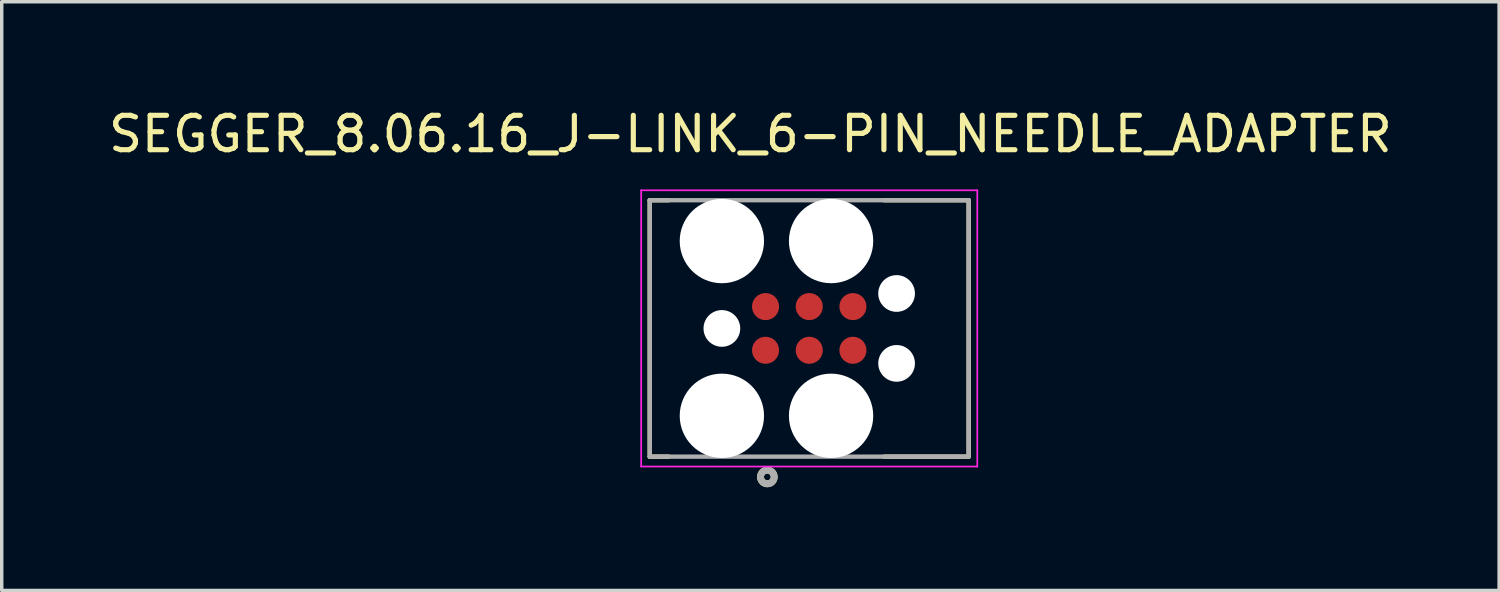
<source format=kicad_pcb>
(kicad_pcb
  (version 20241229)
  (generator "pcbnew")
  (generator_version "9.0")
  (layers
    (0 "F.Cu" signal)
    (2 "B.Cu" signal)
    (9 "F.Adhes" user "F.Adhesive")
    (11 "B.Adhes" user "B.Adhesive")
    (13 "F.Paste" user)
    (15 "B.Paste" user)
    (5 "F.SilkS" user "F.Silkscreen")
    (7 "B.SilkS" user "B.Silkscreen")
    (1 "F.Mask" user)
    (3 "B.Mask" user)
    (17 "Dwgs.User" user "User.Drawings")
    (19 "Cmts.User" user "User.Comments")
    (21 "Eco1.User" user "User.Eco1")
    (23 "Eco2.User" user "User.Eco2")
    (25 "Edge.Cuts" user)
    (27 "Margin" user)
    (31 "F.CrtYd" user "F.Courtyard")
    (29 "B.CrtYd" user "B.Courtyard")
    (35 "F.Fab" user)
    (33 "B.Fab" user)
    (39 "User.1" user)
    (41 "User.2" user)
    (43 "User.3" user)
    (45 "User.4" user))
  (footprint "SEGGER_8.06.16_J-LINK_6-PIN_NEEDLE_ADAPTER"
    (layer "F.Cu")
    (at 20.478 6.499)
    (property "Reference" "SEGGER_8.06.16_J-LINK_6-PIN_NEEDLE_ADAPTER" (at -1.71 -5.651 0) (layer "F.SilkS") (effects (font (size 1 1) (thickness 0.15))))
    (attr through_hole)
    (fp_line (start -4.636 -3.727) (end -4.085 -3.727) (stroke (width 0.127) (type solid)) (layer "F.SilkS"))
    (fp_line (start -4.636 3.727) (end -4.636 -3.727) (stroke (width 0.127) (type solid)) (layer "F.SilkS"))
    (fp_line (start -4.085 3.727) (end -4.636 3.727) (stroke (width 0.127) (type solid)) (layer "F.SilkS"))
    (fp_line (start 2.18 -3.727) (end 4.636 -3.727) (stroke (width 0.127) (type solid)) (layer "F.SilkS"))
    (fp_line (start 4.636 -3.727) (end 4.636 3.727) (stroke (width 0.127) (type solid)) (layer "F.SilkS"))
    (fp_line (start 4.636 3.727) (end 2.18 3.727) (stroke (width 0.127) (type solid)) (layer "F.SilkS"))
    (fp_circle (center -1.218 4.318) (end -1.119 4.318) (stroke (width 0.2) (type solid)) (fill no) (layer "F.SilkS"))
    (fp_line (start -4.886 -4.016) (end -4.886 4.016) (stroke (width 0.05) (type solid)) (layer "F.CrtYd"))
    (fp_line (start -4.886 4.016) (end 4.886 4.016) (stroke (width 0.05) (type solid)) (layer "F.CrtYd"))
    (fp_line (start 4.886 -4.016) (end -4.886 -4.016) (stroke (width 0.05) (type solid)) (layer "F.CrtYd"))
    (fp_line (start 4.886 4.016) (end 4.886 -4.016) (stroke (width 0.05) (type solid)) (layer "F.CrtYd"))
    (fp_line (start -4.636 -3.727) (end 4.636 -3.727) (stroke (width 0.127) (type solid)) (layer "F.Fab"))
    (fp_line (start -4.636 3.727) (end -4.636 -3.727) (stroke (width 0.127) (type solid)) (layer "F.Fab"))
    (fp_line (start 4.636 -3.727) (end 4.636 3.727) (stroke (width 0.127) (type solid)) (layer "F.Fab"))
    (fp_line (start 4.636 3.727) (end -4.636 3.727) (stroke (width 0.127) (type solid)) (layer "F.Fab"))
    (fp_circle (center -1.218 4.318) (end -1.119 4.318) (stroke (width 0.2) (type solid)) (fill no) (layer "F.Fab"))
    (pad "" np_thru_hole circle (at -2.54 -2.54) (size 2.451 2.451) (drill 2.451) (layers "*.Cu" "*.Mask"))
    (pad "" np_thru_hole circle (at -2.54 0) (size 1.067 1.067) (drill 1.067) (layers "*.Cu" "*.Mask"))
    (pad "" np_thru_hole circle (at -2.54 2.54) (size 2.451 2.451) (drill 2.451) (layers "*.Cu" "*.Mask"))
    (pad "" np_thru_hole circle (at 0.635 -2.54) (size 2.451 2.451) (drill 2.451) (layers "*.Cu" "*.Mask"))
    (pad "" np_thru_hole circle (at 0.635 2.54) (size 2.451 2.451) (drill 2.451) (layers "*.Cu" "*.Mask"))
    (pad "" np_thru_hole circle (at 2.54 -1.016) (size 1.067 1.067) (drill 1.067) (layers "*.Cu" "*.Mask"))
    (pad "" np_thru_hole circle (at 2.54 1.016) (size 1.067 1.067) (drill 1.067) (layers "*.Cu" "*.Mask"))
    (pad "1" smd circle (at -1.27 0.635) (size 0.787 0.787) (layers "F.Cu" "F.Mask"))
    (pad "2" smd circle (at -1.27 -0.635) (size 0.787 0.787) (layers "F.Cu" "F.Mask"))
    (pad "3" smd circle (at 0 0.635) (size 0.787 0.787) (layers "F.Cu" "F.Mask"))
    (pad "4" smd circle (at 0 -0.635) (size 0.787 0.787) (layers "F.Cu" "F.Mask"))
    (pad "5" smd circle (at 1.27 0.635) (size 0.787 0.787) (layers "F.Cu" "F.Mask"))
    (pad "6" smd circle (at 1.27 -0.635) (size 0.787 0.787) (layers "F.Cu" "F.Mask"))
    (zone (net_name "") (layer "F.Cu") (hatch full 0.508) (connect_pads) (min_thickness 0.01) (filled_areas_thickness no) (keepout (tracks not_allowed) (vias not_allowed) (pads not_allowed) (copperpour not_allowed) (footprints allowed)) (placement (enabled no)) (fill) (polygon (pts (xy 19.602 7.134) (xy 19.601 7.113) (xy 19.599 7.093) (xy 19.597 7.072) (xy 19.593 7.052) (xy 19.588 7.032) (xy 19.582 7.012) (xy 19.575 6.993) (xy 19.567 6.974) (xy 19.559 6.955) (xy 19.549 6.937) (xy 19.538 6.92) (xy 19.526 6.903) (xy 19.514 6.886) (xy 19.5 6.871) (xy 19.486 6.856) (xy 19.471 6.842) (xy 19.456 6.828) (xy 19.439 6.816) (xy 19.422 6.804) (xy 19.405 6.793) (xy 19.387 6.783) (xy 19.368 6.775) (xy 19.349 6.767) (xy 19.33 6.76) (xy 19.31 6.754) (xy 19.29 6.749) (xy 19.27 6.745) (xy 19.249 6.743) (xy 19.229 6.741) (xy 19.208 6.74) (xy 19.208 6.258) (xy 19.229 6.257) (xy 19.249 6.255) (xy 19.27 6.253) (xy 19.29 6.249) (xy 19.31 6.244) (xy 19.33 6.238) (xy 19.349 6.231) (xy 19.368 6.223) (xy 19.387 6.215) (xy 19.405 6.205) (xy 19.422 6.194) (xy 19.439 6.182) (xy 19.456 6.17) (xy 19.471 6.156) (xy 19.486 6.142) (xy 19.5 6.127) (xy 19.514 6.112) (xy 19.526 6.095) (xy 19.538 6.078) (xy 19.549 6.061) (xy 19.559 6.043) (xy 19.567 6.024) (xy 19.575 6.005) (xy 19.582 5.986) (xy 19.588 5.966) (xy 19.593 5.946) (xy 19.597 5.926) (xy 19.599 5.905) (xy 19.601 5.885) (xy 19.602 5.864) (xy 20.084 5.864) (xy 20.087 5.905) (xy 20.093 5.946) (xy 20.104 5.986) (xy 20.119 6.024) (xy 20.137 6.061) (xy 20.16 6.095) (xy 20.186 6.127) (xy 20.215 6.156) (xy 20.247 6.182) (xy 20.281 6.205) (xy 20.318 6.223) (xy 20.356 6.238) (xy 20.396 6.249) (xy 20.437 6.255) (xy 20.478 6.258) (xy 20.519 6.255) (xy 20.56 6.249) (xy 20.6 6.238) (xy 20.638 6.223) (xy 20.675 6.205) (xy 20.709 6.182) (xy 20.741 6.156) (xy 20.77 6.127) (xy 20.796 6.095) (xy 20.819 6.061) (xy 20.837 6.024) (xy 20.852 5.986) (xy 20.863 5.946) (xy 20.869 5.905) (xy 20.872 5.864) (xy 21.354 5.864) (xy 21.355 5.885) (xy 21.357 5.905) (xy 21.359 5.926) (xy 21.363 5.946) (xy 21.368 5.966) (xy 21.374 5.986) (xy 21.381 6.005) (xy 21.389 6.024) (xy 21.397 6.043) (xy 21.407 6.061) (xy 21.418 6.078) (xy 21.43 6.095) (xy 21.442 6.112) (xy 21.456 6.127) (xy 21.47 6.142) (xy 21.485 6.156) (xy 21.5 6.17) (xy 21.517 6.182) (xy 21.534 6.194) (xy 21.551 6.205) (xy 21.569 6.215) (xy 21.588 6.223) (xy 21.607 6.231) (xy 21.626 6.238) (xy 21.646 6.244) (xy 21.666 6.249) (xy 21.686 6.253) (xy 21.707 6.255) (xy 21.727 6.257) (xy 21.748 6.258) (xy 21.748 6.74) (xy 21.727 6.741) (xy 21.707 6.743) (xy 21.686 6.745) (xy 21.666 6.749) (xy 21.646 6.754) (xy 21.626 6.76) (xy 21.607 6.767) (xy 21.588 6.775) (xy 21.569 6.783) (xy 21.551 6.793) (xy 21.534 6.804) (xy 21.517 6.816) (xy 21.5 6.828) (xy 21.485 6.842) (xy 21.47 6.856) (xy 21.456 6.871) (xy 21.442 6.886) (xy 21.43 6.903) (xy 21.418 6.92) (xy 21.407 6.937) (xy 21.397 6.955) (xy 21.389 6.974) (xy 21.381 6.993) (xy 21.374 7.012) (xy 21.368 7.032) (xy 21.363 7.052) (xy 21.359 7.072) (xy 21.357 7.093) (xy 21.355 7.113) (xy 21.354 7.134) (xy 20.872 7.134) (xy 20.869 7.093) (xy 20.863 7.052) (xy 20.852 7.012) (xy 20.837 6.974) (xy 20.819 6.937) (xy 20.796 6.903) (xy 20.77 6.871) (xy 20.741 6.842) (xy 20.709 6.816) (xy 20.675 6.793) (xy 20.638 6.775) (xy 20.6 6.76) (xy 20.56 6.749) (xy 20.519 6.743) (xy 20.478 6.74) (xy 20.437 6.743) (xy 20.396 6.749) (xy 20.356 6.76) (xy 20.318 6.775) (xy 20.281 6.793) (xy 20.247 6.816) (xy 20.215 6.842) (xy 20.186 6.871) (xy 20.16 6.903) (xy 20.137 6.937) (xy 20.119 6.974) (xy 20.104 7.012) (xy 20.093 7.052) (xy 20.087 7.093) (xy 20.084 7.134) (xy 19.602 7.134))))
    (zone (net_name "") (layers "F.Cu" "B.Cu") (hatch full 0.508) (connect_pads) (min_thickness 0.01) (filled_areas_thickness no) (keepout (tracks allowed) (vias not_allowed) (pads allowed) (copperpour allowed) (footprints allowed)) (placement (enabled no)) (fill) (polygon (pts (xy 19.602 7.134) (xy 19.601 7.113) (xy 19.599 7.093) (xy 19.597 7.072) (xy 19.593 7.052) (xy 19.588 7.032) (xy 19.582 7.012) (xy 19.575 6.993) (xy 19.567 6.974) (xy 19.559 6.955) (xy 19.549 6.937) (xy 19.538 6.92) (xy 19.526 6.903) (xy 19.514 6.886) (xy 19.5 6.871) (xy 19.486 6.856) (xy 19.471 6.842) (xy 19.456 6.828) (xy 19.439 6.816) (xy 19.422 6.804) (xy 19.405 6.793) (xy 19.387 6.783) (xy 19.368 6.775) (xy 19.349 6.767) (xy 19.33 6.76) (xy 19.31 6.754) (xy 19.29 6.749) (xy 19.27 6.745) (xy 19.249 6.743) (xy 19.229 6.741) (xy 19.208 6.74) (xy 19.208 6.258) (xy 19.229 6.257) (xy 19.249 6.255) (xy 19.27 6.253) (xy 19.29 6.249) (xy 19.31 6.244) (xy 19.33 6.238) (xy 19.349 6.231) (xy 19.368 6.223) (xy 19.387 6.215) (xy 19.405 6.205) (xy 19.422 6.194) (xy 19.439 6.182) (xy 19.456 6.17) (xy 19.471 6.156) (xy 19.486 6.142) (xy 19.5 6.127) (xy 19.514 6.112) (xy 19.526 6.095) (xy 19.538 6.078) (xy 19.549 6.061) (xy 19.559 6.043) (xy 19.567 6.024) (xy 19.575 6.005) (xy 19.582 5.986) (xy 19.588 5.966) (xy 19.593 5.946) (xy 19.597 5.926) (xy 19.599 5.905) (xy 19.601 5.885) (xy 19.602 5.864) (xy 20.084 5.864) (xy 20.087 5.905) (xy 20.093 5.946) (xy 20.104 5.986) (xy 20.119 6.024) (xy 20.137 6.061) (xy 20.16 6.095) (xy 20.186 6.127) (xy 20.215 6.156) (xy 20.247 6.182) (xy 20.281 6.205) (xy 20.318 6.223) (xy 20.356 6.238) (xy 20.396 6.249) (xy 20.437 6.255) (xy 20.478 6.258) (xy 20.519 6.255) (xy 20.56 6.249) (xy 20.6 6.238) (xy 20.638 6.223) (xy 20.675 6.205) (xy 20.709 6.182) (xy 20.741 6.156) (xy 20.77 6.127) (xy 20.796 6.095) (xy 20.819 6.061) (xy 20.837 6.024) (xy 20.852 5.986) (xy 20.863 5.946) (xy 20.869 5.905) (xy 20.872 5.864) (xy 21.354 5.864) (xy 21.355 5.885) (xy 21.357 5.905) (xy 21.359 5.926) (xy 21.363 5.946) (xy 21.368 5.966) (xy 21.374 5.986) (xy 21.381 6.005) (xy 21.389 6.024) (xy 21.397 6.043) (xy 21.407 6.061) (xy 21.418 6.078) (xy 21.43 6.095) (xy 21.442 6.112) (xy 21.456 6.127) (xy 21.47 6.142) (xy 21.485 6.156) (xy 21.5 6.17) (xy 21.517 6.182) (xy 21.534 6.194) (xy 21.551 6.205) (xy 21.569 6.215) (xy 21.588 6.223) (xy 21.607 6.231) (xy 21.626 6.238) (xy 21.646 6.244) (xy 21.666 6.249) (xy 21.686 6.253) (xy 21.707 6.255) (xy 21.727 6.257) (xy 21.748 6.258) (xy 21.748 6.74) (xy 21.727 6.741) (xy 21.707 6.743) (xy 21.686 6.745) (xy 21.666 6.749) (xy 21.646 6.754) (xy 21.626 6.76) (xy 21.607 6.767) (xy 21.588 6.775) (xy 21.569 6.783) (xy 21.551 6.793) (xy 21.534 6.804) (xy 21.517 6.816) (xy 21.5 6.828) (xy 21.485 6.842) (xy 21.47 6.856) (xy 21.456 6.871) (xy 21.442 6.886) (xy 21.43 6.903) (xy 21.418 6.92) (xy 21.407 6.937) (xy 21.397 6.955) (xy 21.389 6.974) (xy 21.381 6.993) (xy 21.374 7.012) (xy 21.368 7.032) (xy 21.363 7.052) (xy 21.359 7.072) (xy 21.357 7.093) (xy 21.355 7.113) (xy 21.354 7.134) (xy 20.872 7.134) (xy 20.869 7.093) (xy 20.863 7.052) (xy 20.852 7.012) (xy 20.837 6.974) (xy 20.819 6.937) (xy 20.796 6.903) (xy 20.77 6.871) (xy 20.741 6.842) (xy 20.709 6.816) (xy 20.675 6.793) (xy 20.638 6.775) (xy 20.6 6.76) (xy 20.56 6.749) (xy 20.519 6.743) (xy 20.478 6.74) (xy 20.437 6.743) (xy 20.396 6.749) (xy 20.356 6.76) (xy 20.318 6.775) (xy 20.281 6.793) (xy 20.247 6.816) (xy 20.215 6.842) (xy 20.186 6.871) (xy 20.16 6.903) (xy 20.137 6.937) (xy 20.119 6.974) (xy 20.104 7.012) (xy 20.093 7.052) (xy 20.087 7.093) (xy 20.084 7.134) (xy 19.602 7.134))))
    (zone (net_name "") (layer "B.Cu") (hatch full 0.508) (connect_pads) (min_thickness 0.01) (filled_areas_thickness no) (keepout (tracks not_allowed) (vias not_allowed) (pads not_allowed) (copperpour not_allowed) (footprints allowed)) (placement (enabled no)) (fill) (polygon (pts (xy 17.164 1.881) (xy 18.713 1.881) (xy 18.713 3.049) (xy 17.164 3.049))))
    (zone (net_name "") (layer "B.Cu") (hatch full 0.508) (connect_pads) (min_thickness 0.01) (filled_areas_thickness no) (keepout (tracks not_allowed) (vias not_allowed) (pads not_allowed) (copperpour not_allowed) (footprints allowed)) (placement (enabled no)) (fill) (polygon (pts (xy 17.164 9.949) (xy 18.713 9.949) (xy 18.713 11.117) (xy 17.164 11.117))))
    (zone (net_name "") (layer "B.Cu") (hatch full 0.508) (connect_pads) (min_thickness 0.01) (filled_areas_thickness no) (keepout (tracks not_allowed) (vias not_allowed) (pads not_allowed) (copperpour not_allowed) (footprints allowed)) (placement (enabled no)) (fill) (polygon (pts (xy 20.339 1.881) (xy 21.888 1.881) (xy 21.888 3.049) (xy 20.339 3.049))))
    (zone (net_name "") (layer "B.Cu") (hatch full 0.508) (connect_pads) (min_thickness 0.01) (filled_areas_thickness no) (keepout (tracks not_allowed) (vias not_allowed) (pads not_allowed) (copperpour not_allowed) (footprints allowed)) (placement (enabled no)) (fill) (polygon (pts (xy 20.339 9.949) (xy 21.888 9.949) (xy 21.888 11.117) (xy 20.339 11.117)))))
  (gr_rect
    (start -3 -3)
    (end 40.536 14.117)
    (stroke (width 0.1) (type default))
    (fill no)
    (layer "Edge.Cuts")))
</source>
